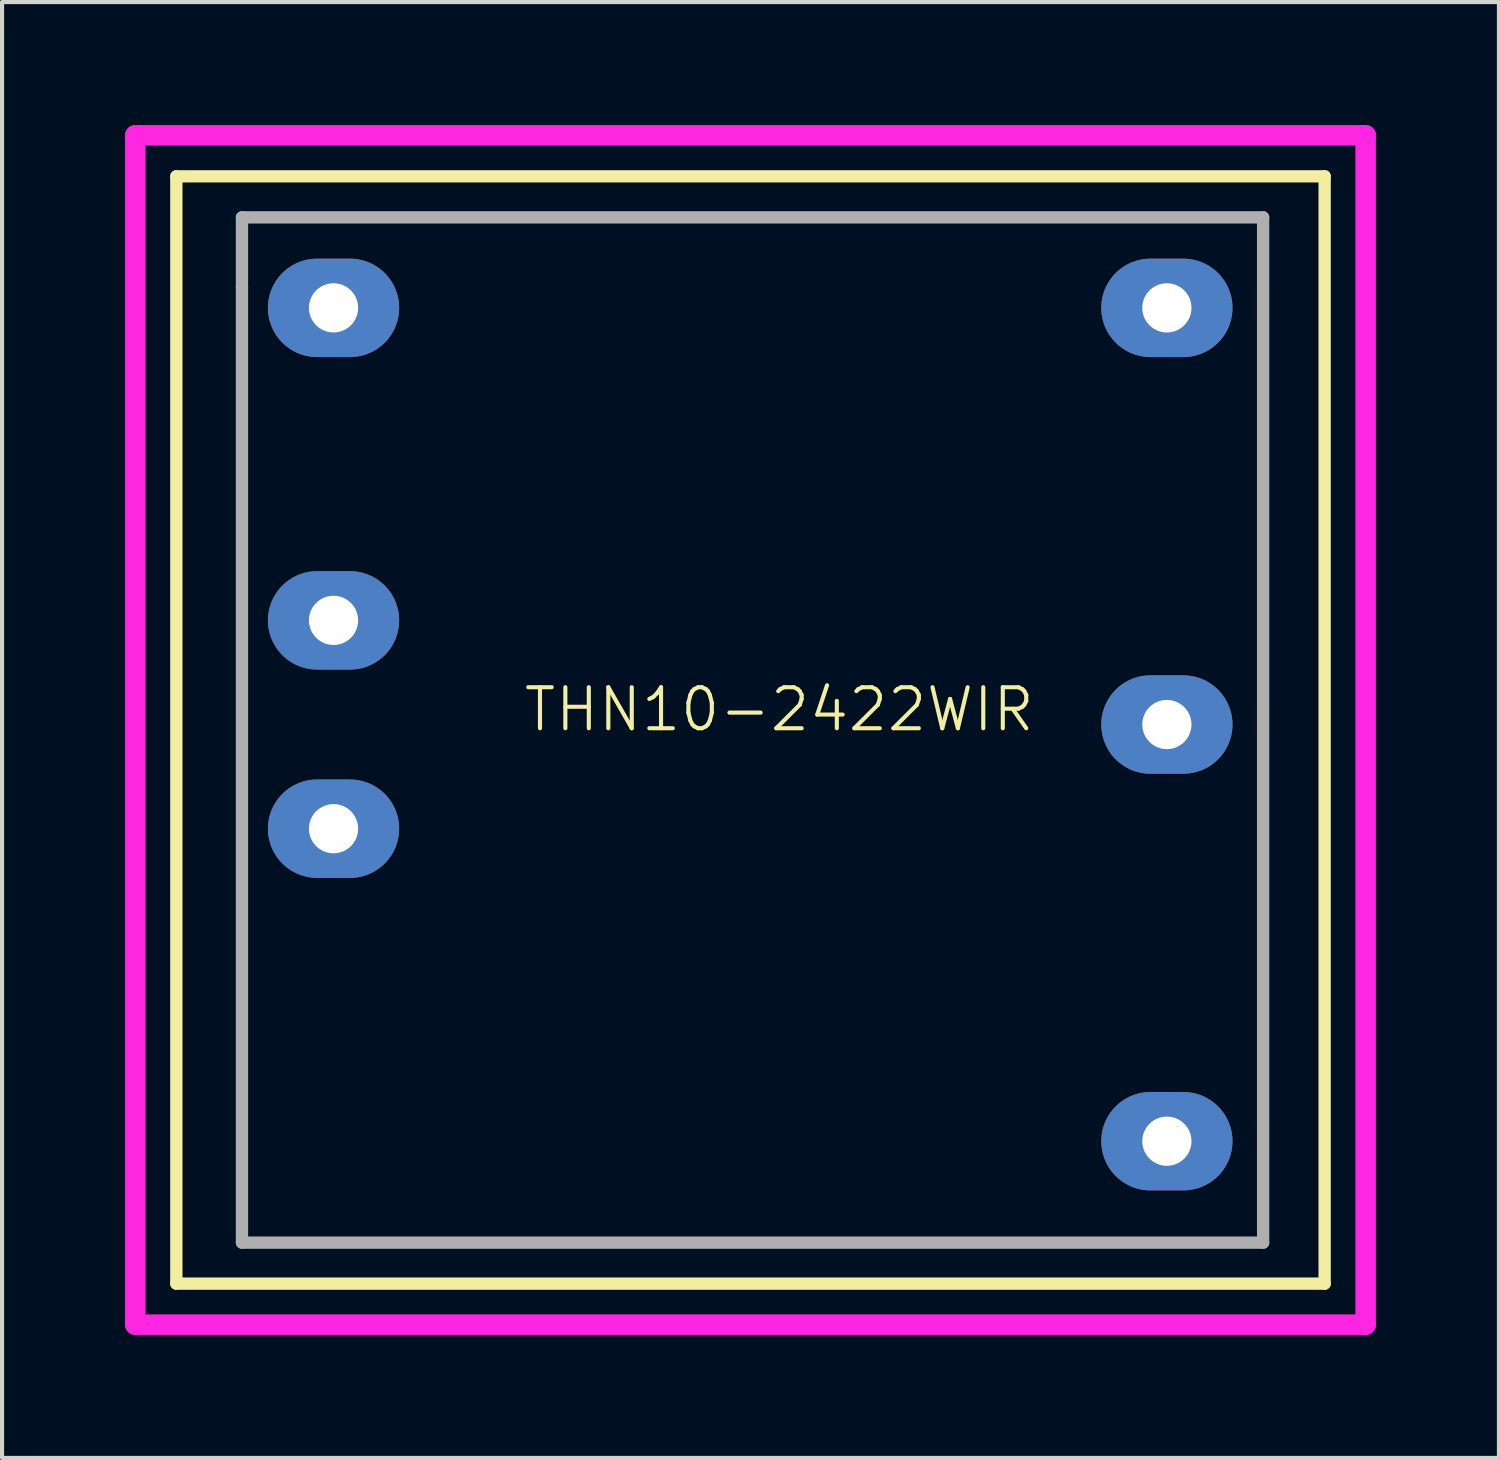
<source format=kicad_pcb>
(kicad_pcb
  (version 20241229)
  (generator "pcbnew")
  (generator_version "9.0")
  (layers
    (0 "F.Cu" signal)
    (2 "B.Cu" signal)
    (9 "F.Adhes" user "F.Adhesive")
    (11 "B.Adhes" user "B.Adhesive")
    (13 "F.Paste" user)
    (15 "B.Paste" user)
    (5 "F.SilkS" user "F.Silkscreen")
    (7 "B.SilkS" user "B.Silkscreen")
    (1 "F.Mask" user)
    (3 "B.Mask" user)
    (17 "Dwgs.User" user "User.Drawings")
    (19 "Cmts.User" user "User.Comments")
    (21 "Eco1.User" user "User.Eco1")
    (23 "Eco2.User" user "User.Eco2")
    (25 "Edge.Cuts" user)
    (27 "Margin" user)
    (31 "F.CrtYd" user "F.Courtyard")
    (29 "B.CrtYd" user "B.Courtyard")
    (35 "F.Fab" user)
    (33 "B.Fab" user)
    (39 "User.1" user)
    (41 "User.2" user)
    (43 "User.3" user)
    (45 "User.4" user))
  (footprint "THN10-2422WIR"
    (layer "F.Cu")
    (at 17.25 24.25)
    (property "Reference" "THN10-2422WIR" (at -1.3 -10 0) (unlocked yes) (layer "F.SilkS") (effects (font (size 1 1) (thickness 0.1))))
    (attr through_hole)
    (fp_line (start -16 -23) (end 12 -23) (stroke (width 0.3) (type default)) (layer "F.SilkS"))
    (fp_line (start -16 4) (end -16 -23) (stroke (width 0.3) (type default)) (layer "F.SilkS"))
    (fp_line (start 12 -23) (end 12 4) (stroke (width 0.3) (type default)) (layer "F.SilkS"))
    (fp_line (start 12 4) (end -16 4) (stroke (width 0.3) (type default)) (layer "F.SilkS"))
    (fp_line (start -17 -24) (end 13 -24) (stroke (width 0.5) (type default)) (layer "F.CrtYd"))
    (fp_line (start -17 5) (end -17 -24) (stroke (width 0.5) (type default)) (layer "F.CrtYd"))
    (fp_line (start 13 -24) (end 13 5) (stroke (width 0.5) (type default)) (layer "F.CrtYd"))
    (fp_line (start 13 5) (end -17 5) (stroke (width 0.5) (type default)) (layer "F.CrtYd"))
    (fp_line (start -14.4 -22) (end 10.5 -22) (stroke (width 0.3) (type default)) (layer "F.Fab"))
    (fp_line (start -14.4 -20.3) (end -14.4 -22) (stroke (width 0.3) (type default)) (layer "F.Fab"))
    (fp_line (start -14.4 -20.3) (end -14.4 3) (stroke (width 0.3) (type default)) (layer "F.Fab"))
    (fp_line (start 10.5 -22) (end 10.5 3) (stroke (width 0.3) (type default)) (layer "F.Fab"))
    (fp_line (start 10.5 3) (end -14.4 3) (stroke (width 0.3) (type default)) (layer "F.Fab"))
    (pad "1" thru_hole oval (at -12.167 -7.093 90) (size 2.4 3.2) (drill 1.2) (layers "*.Cu" "*.Mask"))
    (pad "2" thru_hole oval (at -12.167 -12.173 90) (size 2.4 3.2) (drill 1.2) (layers "*.Cu" "*.Mask"))
    (pad "3" thru_hole oval (at -12.167 -19.793 90) (size 2.4 3.2) (drill 1.2) (layers "*.Cu" "*.Mask"))
    (pad "4" thru_hole oval (at 8.153 -19.793 90) (size 2.4 3.2) (drill 1.2) (layers "*.Cu" "*.Mask"))
    (pad "5" thru_hole oval (at 8.153 -9.633 90) (size 2.4 3.2) (drill 1.2) (layers "*.Cu" "*.Mask"))
    (pad "6" thru_hole oval (at 8.153 0.527 90) (size 2.4 3.2) (drill 1.2) (layers "*.Cu" "*.Mask")))
  (gr_rect
    (start -3 -3)
    (end 33.5 32.5)
    (stroke (width 0.1) (type default))
    (fill no)
    (layer "Edge.Cuts")))
</source>
